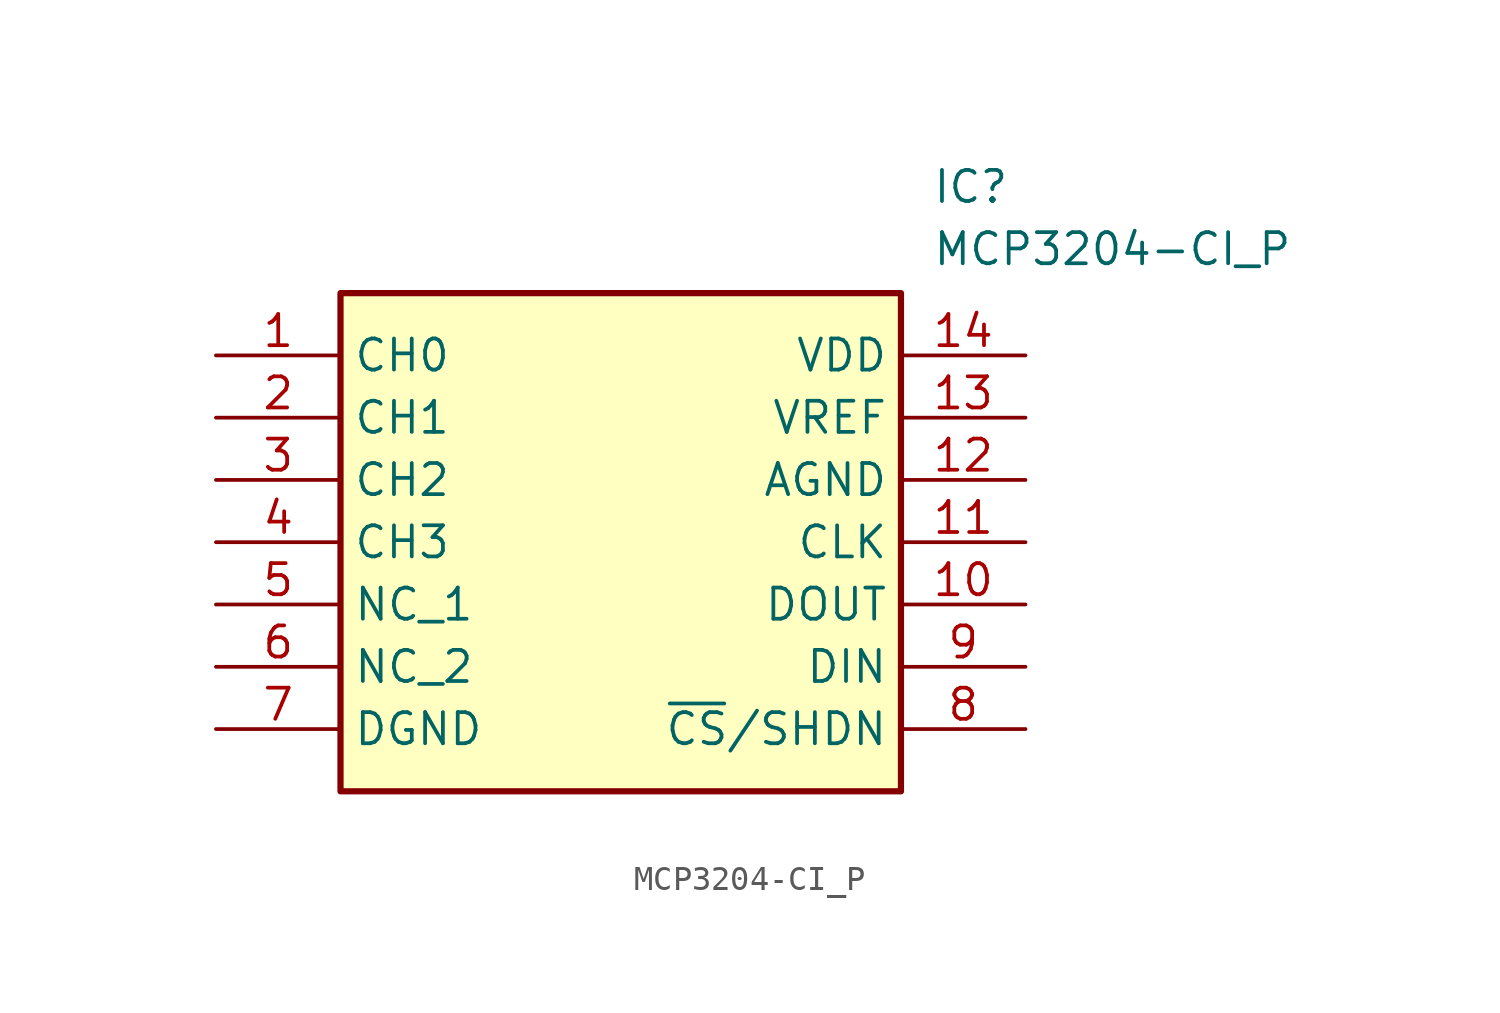
<source format=kicad_sym>
(kicad_symbol_lib
  (version 20211014)
  (generator SamacSys_ECAD_Model)
  (symbol "MCP3204-CI_P"
    (property "Reference" "IC"
      (at 29.21 7.62 0)
      (effects (font (size 1.27 1.27)) (justify left top)))
    (property "Value" "MCP3204-CI_P"
      (at 29.21 5.08 0)
      (effects (font (size 1.27 1.27)) (justify left top)))
    (rectangle
      (start 5.08 2.54)
      (end 27.94 -17.78)
      (stroke (width 0.254) (type default))
      (fill (type background)))
    (pin passive line
      (at 0 0 0)
      (length 5.08)
      (name "CH0" (effects (font (size 1.27 1.27))))
      (number "1" (effects (font (size 1.27 1.27)))))
    (pin passive line
      (at 0 -2.54 0)
      (length 5.08)
      (name "CH1" (effects (font (size 1.27 1.27))))
      (number "2" (effects (font (size 1.27 1.27)))))
    (pin passive line
      (at 0 -5.08 0)
      (length 5.08)
      (name "CH2" (effects (font (size 1.27 1.27))))
      (number "3" (effects (font (size 1.27 1.27)))))
    (pin passive line
      (at 0 -7.62 0)
      (length 5.08)
      (name "CH3" (effects (font (size 1.27 1.27))))
      (number "4" (effects (font (size 1.27 1.27)))))
    (pin passive line
      (at 0 -10.16 0)
      (length 5.08)
      (name "NC_1" (effects (font (size 1.27 1.27))))
      (number "5" (effects (font (size 1.27 1.27)))))
    (pin passive line
      (at 0 -12.7 0)
      (length 5.08)
      (name "NC_2" (effects (font (size 1.27 1.27))))
      (number "6" (effects (font (size 1.27 1.27)))))
    (pin passive line
      (at 0 -15.24 0)
      (length 5.08)
      (name "DGND" (effects (font (size 1.27 1.27))))
      (number "7" (effects (font (size 1.27 1.27)))))
    (pin passive line
      (at 33.02 0 180)
      (length 5.08)
      (name "VDD" (effects (font (size 1.27 1.27))))
      (number "14" (effects (font (size 1.27 1.27)))))
    (pin passive line
      (at 33.02 -2.54 180)
      (length 5.08)
      (name "VREF" (effects (font (size 1.27 1.27))))
      (number "13" (effects (font (size 1.27 1.27)))))
    (pin passive line
      (at 33.02 -5.08 180)
      (length 5.08)
      (name "AGND" (effects (font (size 1.27 1.27))))
      (number "12" (effects (font (size 1.27 1.27)))))
    (pin passive line
      (at 33.02 -7.62 180)
      (length 5.08)
      (name "CLK" (effects (font (size 1.27 1.27))))
      (number "11" (effects (font (size 1.27 1.27)))))
    (pin passive line
      (at 33.02 -10.16 180)
      (length 5.08)
      (name "DOUT" (effects (font (size 1.27 1.27))))
      (number "10" (effects (font (size 1.27 1.27)))))
    (pin passive line
      (at 33.02 -12.7 180)
      (length 5.08)
      (name "DIN" (effects (font (size 1.27 1.27))))
      (number "9" (effects (font (size 1.27 1.27)))))
    (pin passive line
      (at 33.02 -15.24 180)
      (length 5.08)
      (name "~{CS}/SHDN" (effects (font (size 1.27 1.27))))
      (number "8" (effects (font (size 1.27 1.27)))))))
</source>
